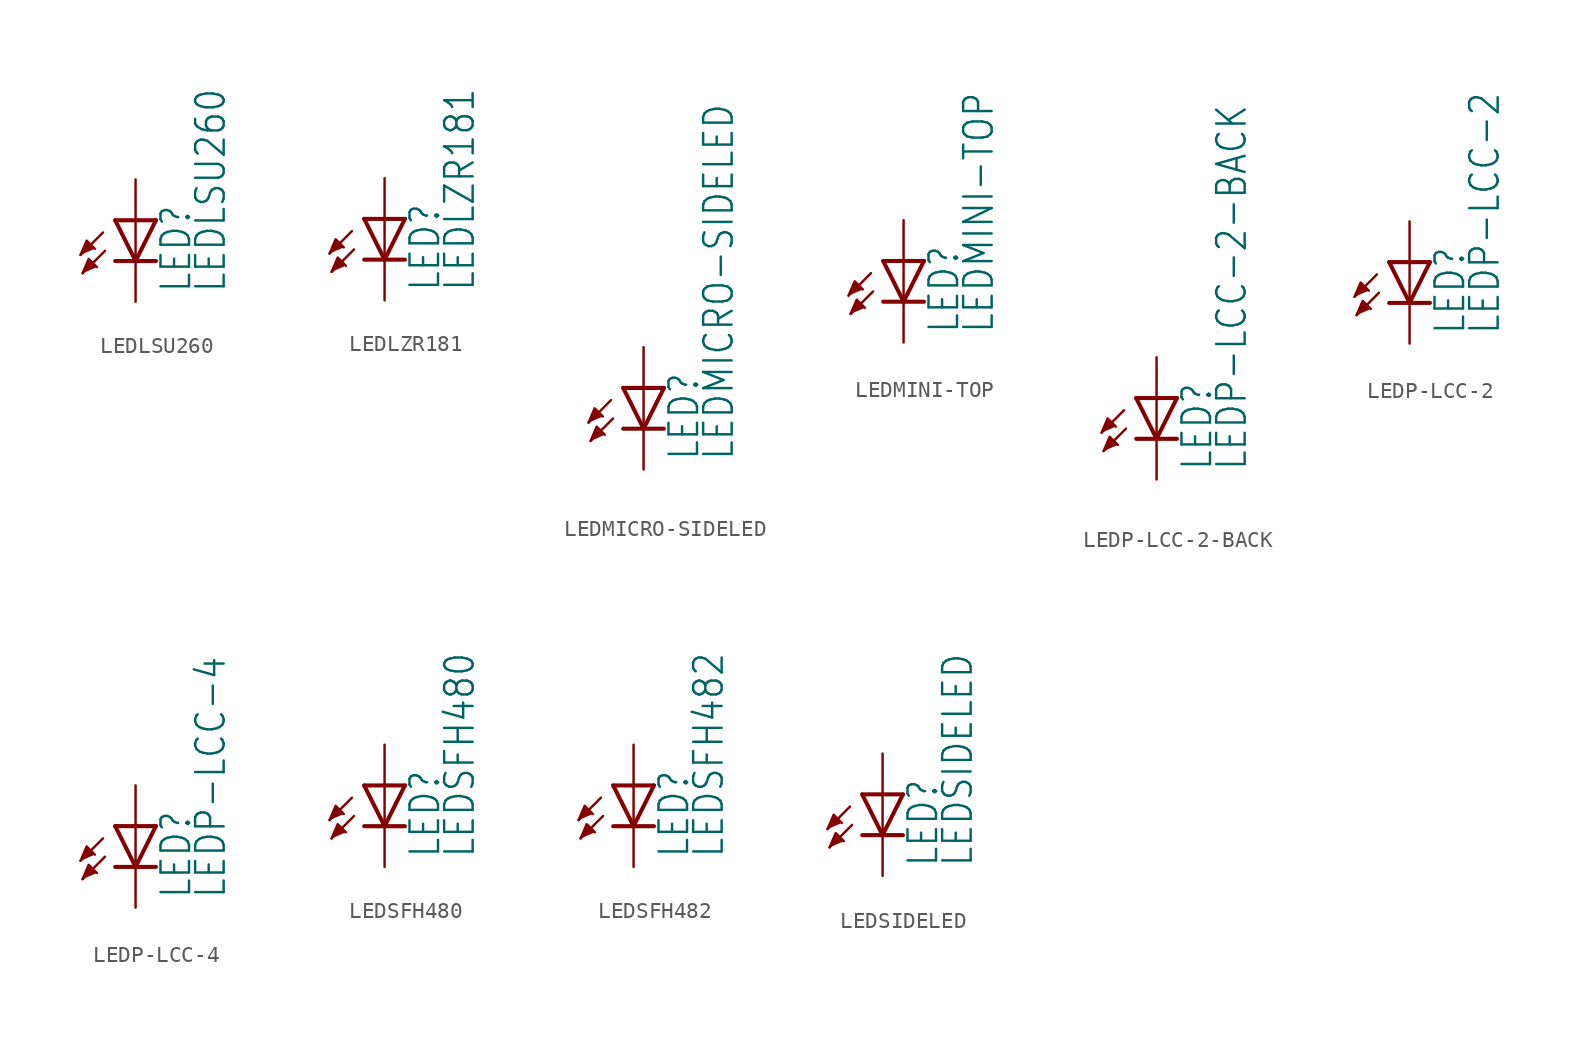
<source format=kicad_sym>
(kicad_symbol_lib
  (version 20201005)
  (generator kicad_symbol_editor)
  (symbol "LEDLSU260"
    (property "Reference" "LED"
      (at 3.556 -4.572 90)
      (effects (font (size 1.778 1.511)) (justify left bottom)))
    (property "Value" "LEDLSU260"
      (at 5.715 -4.572 90)
      (effects (font (size 1.778 1.511)) (justify left bottom)))
    (property "ki_locked" ""
      (at 0 0 0)
      (effects (font (size 1.27 1.27))))
    (symbol "LEDLSU260_1_0"
      (polyline (pts (xy 1.27 0) (xy 0 -2.54)) (stroke (width 0.254)) (fill (type none)))
      (polyline (pts (xy 0 -2.54) (xy -1.27 0)) (stroke (width 0.254)) (fill (type none)))
      (polyline (pts (xy 1.27 -2.54) (xy 0 -2.54)) (stroke (width 0.254)) (fill (type none)))
      (polyline (pts (xy 0 -2.54) (xy -1.27 -2.54)) (stroke (width 0.254)) (fill (type none)))
      (polyline (pts (xy 1.27 0) (xy 0 0)) (stroke (width 0.254)) (fill (type none)))
      (polyline (pts (xy 0 0) (xy -1.27 0)) (stroke (width 0.254)) (fill (type none)))
      (polyline (pts (xy 0 0) (xy 0 -2.54)) (stroke (width 0.152)) (fill (type none)))
      (polyline (pts (xy -2.032 -0.762) (xy -3.429 -2.159)) (stroke (width 0.152)) (fill (type none)))
      (polyline (pts (xy -1.905 -1.905) (xy -3.302 -3.302)) (stroke (width 0.152)) (fill (type none)))
      (polyline (pts (xy -3.429 -2.159) (xy -3.048 -1.27) (xy -2.54 -1.778)) (stroke (width 0)) (fill (type outline)))
      (polyline (pts (xy -3.302 -3.302) (xy -2.921 -2.413) (xy -2.413 -2.921)) (stroke (width 0)) (fill (type outline)))
      (pin passive line (at 0 -5.08 90) (length 2.54) (name "C" (effects (font (size 0 0)))) (number "K" (effects (font (size 0 0)))))
      (pin passive line (at 0 2.54 270) (length 2.54) (name "A" (effects (font (size 0 0)))) (number "A" (effects (font (size 0 0)))))))
  (symbol "LEDLZR181"
    (property "Reference" "LED"
      (at 3.556 -4.572 90)
      (effects (font (size 1.778 1.511)) (justify left bottom)))
    (property "Value" "LEDLZR181"
      (at 5.715 -4.572 90)
      (effects (font (size 1.778 1.511)) (justify left bottom)))
    (property "ki_locked" ""
      (at 0 0 0)
      (effects (font (size 1.27 1.27))))
    (symbol "LEDLZR181_1_0"
      (polyline (pts (xy 1.27 0) (xy 0 -2.54)) (stroke (width 0.254)) (fill (type none)))
      (polyline (pts (xy 0 -2.54) (xy -1.27 0)) (stroke (width 0.254)) (fill (type none)))
      (polyline (pts (xy 1.27 -2.54) (xy 0 -2.54)) (stroke (width 0.254)) (fill (type none)))
      (polyline (pts (xy 0 -2.54) (xy -1.27 -2.54)) (stroke (width 0.254)) (fill (type none)))
      (polyline (pts (xy 1.27 0) (xy 0 0)) (stroke (width 0.254)) (fill (type none)))
      (polyline (pts (xy 0 0) (xy -1.27 0)) (stroke (width 0.254)) (fill (type none)))
      (polyline (pts (xy 0 0) (xy 0 -2.54)) (stroke (width 0.152)) (fill (type none)))
      (polyline (pts (xy -2.032 -0.762) (xy -3.429 -2.159)) (stroke (width 0.152)) (fill (type none)))
      (polyline (pts (xy -1.905 -1.905) (xy -3.302 -3.302)) (stroke (width 0.152)) (fill (type none)))
      (polyline (pts (xy -3.429 -2.159) (xy -3.048 -1.27) (xy -2.54 -1.778)) (stroke (width 0)) (fill (type outline)))
      (polyline (pts (xy -3.302 -3.302) (xy -2.921 -2.413) (xy -2.413 -2.921)) (stroke (width 0)) (fill (type outline)))
      (pin passive line (at 0 -5.08 90) (length 2.54) (name "C" (effects (font (size 0 0)))) (number "K" (effects (font (size 0 0)))))
      (pin passive line (at 0 2.54 270) (length 2.54) (name "A" (effects (font (size 0 0)))) (number "A" (effects (font (size 0 0)))))))
  (symbol "LEDMICRO-SIDELED"
    (property "Reference" "LED"
      (at 3.556 -4.572 90)
      (effects (font (size 1.778 1.511)) (justify left bottom)))
    (property "Value" "LEDMICRO-SIDELED"
      (at 5.715 -4.572 90)
      (effects (font (size 1.778 1.511)) (justify left bottom)))
    (property "ki_locked" ""
      (at 0 0 0)
      (effects (font (size 1.27 1.27))))
    (symbol "LEDMICRO-SIDELED_1_0"
      (polyline (pts (xy 1.27 0) (xy 0 -2.54)) (stroke (width 0.254)) (fill (type none)))
      (polyline (pts (xy 0 -2.54) (xy -1.27 0)) (stroke (width 0.254)) (fill (type none)))
      (polyline (pts (xy 1.27 -2.54) (xy 0 -2.54)) (stroke (width 0.254)) (fill (type none)))
      (polyline (pts (xy 0 -2.54) (xy -1.27 -2.54)) (stroke (width 0.254)) (fill (type none)))
      (polyline (pts (xy 1.27 0) (xy 0 0)) (stroke (width 0.254)) (fill (type none)))
      (polyline (pts (xy 0 0) (xy -1.27 0)) (stroke (width 0.254)) (fill (type none)))
      (polyline (pts (xy 0 0) (xy 0 -2.54)) (stroke (width 0.152)) (fill (type none)))
      (polyline (pts (xy -2.032 -0.762) (xy -3.429 -2.159)) (stroke (width 0.152)) (fill (type none)))
      (polyline (pts (xy -1.905 -1.905) (xy -3.302 -3.302)) (stroke (width 0.152)) (fill (type none)))
      (polyline (pts (xy -3.429 -2.159) (xy -3.048 -1.27) (xy -2.54 -1.778)) (stroke (width 0)) (fill (type outline)))
      (polyline (pts (xy -3.302 -3.302) (xy -2.921 -2.413) (xy -2.413 -2.921)) (stroke (width 0)) (fill (type outline)))
      (pin passive line (at 0 -5.08 90) (length 2.54) (name "C" (effects (font (size 0 0)))) (number "C" (effects (font (size 0 0)))))
      (pin passive line (at 0 2.54 270) (length 2.54) (name "A" (effects (font (size 0 0)))) (number "A" (effects (font (size 0 0)))))))
  (symbol "LEDMINI-TOP"
    (property "Reference" "LED"
      (at 3.556 -4.572 90)
      (effects (font (size 1.778 1.511)) (justify left bottom)))
    (property "Value" "LEDMINI-TOP"
      (at 5.715 -4.572 90)
      (effects (font (size 1.778 1.511)) (justify left bottom)))
    (property "ki_locked" ""
      (at 0 0 0)
      (effects (font (size 1.27 1.27))))
    (symbol "LEDMINI-TOP_1_0"
      (polyline (pts (xy 1.27 0) (xy 0 -2.54)) (stroke (width 0.254)) (fill (type none)))
      (polyline (pts (xy 0 -2.54) (xy -1.27 0)) (stroke (width 0.254)) (fill (type none)))
      (polyline (pts (xy 1.27 -2.54) (xy 0 -2.54)) (stroke (width 0.254)) (fill (type none)))
      (polyline (pts (xy 0 -2.54) (xy -1.27 -2.54)) (stroke (width 0.254)) (fill (type none)))
      (polyline (pts (xy 1.27 0) (xy 0 0)) (stroke (width 0.254)) (fill (type none)))
      (polyline (pts (xy 0 0) (xy -1.27 0)) (stroke (width 0.254)) (fill (type none)))
      (polyline (pts (xy 0 0) (xy 0 -2.54)) (stroke (width 0.152)) (fill (type none)))
      (polyline (pts (xy -2.032 -0.762) (xy -3.429 -2.159)) (stroke (width 0.152)) (fill (type none)))
      (polyline (pts (xy -1.905 -1.905) (xy -3.302 -3.302)) (stroke (width 0.152)) (fill (type none)))
      (polyline (pts (xy -3.429 -2.159) (xy -3.048 -1.27) (xy -2.54 -1.778)) (stroke (width 0)) (fill (type outline)))
      (polyline (pts (xy -3.302 -3.302) (xy -2.921 -2.413) (xy -2.413 -2.921)) (stroke (width 0)) (fill (type outline)))
      (pin passive line (at 0 -5.08 90) (length 2.54) (name "C" (effects (font (size 0 0)))) (number "C" (effects (font (size 0 0)))))
      (pin passive line (at 0 2.54 270) (length 2.54) (name "A" (effects (font (size 0 0)))) (number "A" (effects (font (size 0 0)))))))
  (symbol "LEDP-LCC-2-BACK"
    (property "Reference" "LED"
      (at 3.556 -4.572 90)
      (effects (font (size 1.778 1.511)) (justify left bottom)))
    (property "Value" "LEDP-LCC-2-BACK"
      (at 5.715 -4.572 90)
      (effects (font (size 1.778 1.511)) (justify left bottom)))
    (property "ki_locked" ""
      (at 0 0 0)
      (effects (font (size 1.27 1.27))))
    (symbol "LEDP-LCC-2-BACK_1_0"
      (polyline (pts (xy 1.27 0) (xy 0 -2.54)) (stroke (width 0.254)) (fill (type none)))
      (polyline (pts (xy 0 -2.54) (xy -1.27 0)) (stroke (width 0.254)) (fill (type none)))
      (polyline (pts (xy 1.27 -2.54) (xy 0 -2.54)) (stroke (width 0.254)) (fill (type none)))
      (polyline (pts (xy 0 -2.54) (xy -1.27 -2.54)) (stroke (width 0.254)) (fill (type none)))
      (polyline (pts (xy 1.27 0) (xy 0 0)) (stroke (width 0.254)) (fill (type none)))
      (polyline (pts (xy 0 0) (xy -1.27 0)) (stroke (width 0.254)) (fill (type none)))
      (polyline (pts (xy 0 0) (xy 0 -2.54)) (stroke (width 0.152)) (fill (type none)))
      (polyline (pts (xy -2.032 -0.762) (xy -3.429 -2.159)) (stroke (width 0.152)) (fill (type none)))
      (polyline (pts (xy -1.905 -1.905) (xy -3.302 -3.302)) (stroke (width 0.152)) (fill (type none)))
      (polyline (pts (xy -3.429 -2.159) (xy -3.048 -1.27) (xy -2.54 -1.778)) (stroke (width 0)) (fill (type outline)))
      (polyline (pts (xy -3.302 -3.302) (xy -2.921 -2.413) (xy -2.413 -2.921)) (stroke (width 0)) (fill (type outline)))
      (pin passive line (at 0 -5.08 90) (length 2.54) (name "C" (effects (font (size 0 0)))) (number "C" (effects (font (size 0 0)))))
      (pin passive line (at 0 2.54 270) (length 2.54) (name "A" (effects (font (size 0 0)))) (number "A" (effects (font (size 0 0)))))))
  (symbol "LEDP-LCC-2"
    (property "Reference" "LED"
      (at 3.556 -4.572 90)
      (effects (font (size 1.778 1.511)) (justify left bottom)))
    (property "Value" "LEDP-LCC-2"
      (at 5.715 -4.572 90)
      (effects (font (size 1.778 1.511)) (justify left bottom)))
    (property "ki_locked" ""
      (at 0 0 0)
      (effects (font (size 1.27 1.27))))
    (symbol "LEDP-LCC-2_1_0"
      (polyline (pts (xy 1.27 0) (xy 0 -2.54)) (stroke (width 0.254)) (fill (type none)))
      (polyline (pts (xy 0 -2.54) (xy -1.27 0)) (stroke (width 0.254)) (fill (type none)))
      (polyline (pts (xy 1.27 -2.54) (xy 0 -2.54)) (stroke (width 0.254)) (fill (type none)))
      (polyline (pts (xy 0 -2.54) (xy -1.27 -2.54)) (stroke (width 0.254)) (fill (type none)))
      (polyline (pts (xy 1.27 0) (xy 0 0)) (stroke (width 0.254)) (fill (type none)))
      (polyline (pts (xy 0 0) (xy -1.27 0)) (stroke (width 0.254)) (fill (type none)))
      (polyline (pts (xy 0 0) (xy 0 -2.54)) (stroke (width 0.152)) (fill (type none)))
      (polyline (pts (xy -2.032 -0.762) (xy -3.429 -2.159)) (stroke (width 0.152)) (fill (type none)))
      (polyline (pts (xy -1.905 -1.905) (xy -3.302 -3.302)) (stroke (width 0.152)) (fill (type none)))
      (polyline (pts (xy -3.429 -2.159) (xy -3.048 -1.27) (xy -2.54 -1.778)) (stroke (width 0)) (fill (type outline)))
      (polyline (pts (xy -3.302 -3.302) (xy -2.921 -2.413) (xy -2.413 -2.921)) (stroke (width 0)) (fill (type outline)))
      (pin passive line (at 0 -5.08 90) (length 2.54) (name "C" (effects (font (size 0 0)))) (number "C" (effects (font (size 0 0)))))
      (pin passive line (at 0 2.54 270) (length 2.54) (name "A" (effects (font (size 0 0)))) (number "A" (effects (font (size 0 0)))))))
  (symbol "LEDP-LCC-4"
    (property "Reference" "LED"
      (at 3.556 -4.572 90)
      (effects (font (size 1.778 1.511)) (justify left bottom)))
    (property "Value" "LEDP-LCC-4"
      (at 5.715 -4.572 90)
      (effects (font (size 1.778 1.511)) (justify left bottom)))
    (property "ki_locked" ""
      (at 0 0 0)
      (effects (font (size 1.27 1.27))))
    (symbol "LEDP-LCC-4_1_0"
      (polyline (pts (xy 1.27 0) (xy 0 -2.54)) (stroke (width 0.254)) (fill (type none)))
      (polyline (pts (xy 0 -2.54) (xy -1.27 0)) (stroke (width 0.254)) (fill (type none)))
      (polyline (pts (xy 1.27 -2.54) (xy 0 -2.54)) (stroke (width 0.254)) (fill (type none)))
      (polyline (pts (xy 0 -2.54) (xy -1.27 -2.54)) (stroke (width 0.254)) (fill (type none)))
      (polyline (pts (xy 1.27 0) (xy 0 0)) (stroke (width 0.254)) (fill (type none)))
      (polyline (pts (xy 0 0) (xy -1.27 0)) (stroke (width 0.254)) (fill (type none)))
      (polyline (pts (xy 0 0) (xy 0 -2.54)) (stroke (width 0.152)) (fill (type none)))
      (polyline (pts (xy -2.032 -0.762) (xy -3.429 -2.159)) (stroke (width 0.152)) (fill (type none)))
      (polyline (pts (xy -1.905 -1.905) (xy -3.302 -3.302)) (stroke (width 0.152)) (fill (type none)))
      (polyline (pts (xy -3.429 -2.159) (xy -3.048 -1.27) (xy -2.54 -1.778)) (stroke (width 0)) (fill (type outline)))
      (polyline (pts (xy -3.302 -3.302) (xy -2.921 -2.413) (xy -2.413 -2.921)) (stroke (width 0)) (fill (type outline)))
      (pin passive line (at 0 -5.08 90) (length 2.54) (name "C" (effects (font (size 0 0)))) (number "C@4" (effects (font (size 0 0)))))
      (pin passive line (at 0 2.54 270) (length 2.54) (name "A" (effects (font (size 0 0)))) (number "A" (effects (font (size 0 0)))))))
  (symbol "LEDSFH480"
    (property "Reference" "LED"
      (at 3.556 -4.572 90)
      (effects (font (size 1.778 1.511)) (justify left bottom)))
    (property "Value" "LEDSFH480"
      (at 5.715 -4.572 90)
      (effects (font (size 1.778 1.511)) (justify left bottom)))
    (property "ki_locked" ""
      (at 0 0 0)
      (effects (font (size 1.27 1.27))))
    (symbol "LEDSFH480_1_0"
      (polyline (pts (xy 1.27 0) (xy 0 -2.54)) (stroke (width 0.254)) (fill (type none)))
      (polyline (pts (xy 0 -2.54) (xy -1.27 0)) (stroke (width 0.254)) (fill (type none)))
      (polyline (pts (xy 1.27 -2.54) (xy 0 -2.54)) (stroke (width 0.254)) (fill (type none)))
      (polyline (pts (xy 0 -2.54) (xy -1.27 -2.54)) (stroke (width 0.254)) (fill (type none)))
      (polyline (pts (xy 1.27 0) (xy 0 0)) (stroke (width 0.254)) (fill (type none)))
      (polyline (pts (xy 0 0) (xy -1.27 0)) (stroke (width 0.254)) (fill (type none)))
      (polyline (pts (xy 0 0) (xy 0 -2.54)) (stroke (width 0.152)) (fill (type none)))
      (polyline (pts (xy -2.032 -0.762) (xy -3.429 -2.159)) (stroke (width 0.152)) (fill (type none)))
      (polyline (pts (xy -1.905 -1.905) (xy -3.302 -3.302)) (stroke (width 0.152)) (fill (type none)))
      (polyline (pts (xy -3.429 -2.159) (xy -3.048 -1.27) (xy -2.54 -1.778)) (stroke (width 0)) (fill (type outline)))
      (polyline (pts (xy -3.302 -3.302) (xy -2.921 -2.413) (xy -2.413 -2.921)) (stroke (width 0)) (fill (type outline)))
      (pin passive line (at 0 -5.08 90) (length 2.54) (name "C" (effects (font (size 0 0)))) (number "K" (effects (font (size 0 0)))))
      (pin passive line (at 0 2.54 270) (length 2.54) (name "A" (effects (font (size 0 0)))) (number "A" (effects (font (size 0 0)))))))
  (symbol "LEDSFH482"
    (property "Reference" "LED"
      (at 3.556 -4.572 90)
      (effects (font (size 1.778 1.511)) (justify left bottom)))
    (property "Value" "LEDSFH482"
      (at 5.715 -4.572 90)
      (effects (font (size 1.778 1.511)) (justify left bottom)))
    (property "ki_locked" ""
      (at 0 0 0)
      (effects (font (size 1.27 1.27))))
    (symbol "LEDSFH482_1_0"
      (polyline (pts (xy 1.27 0) (xy 0 -2.54)) (stroke (width 0.254)) (fill (type none)))
      (polyline (pts (xy 0 -2.54) (xy -1.27 0)) (stroke (width 0.254)) (fill (type none)))
      (polyline (pts (xy 1.27 -2.54) (xy 0 -2.54)) (stroke (width 0.254)) (fill (type none)))
      (polyline (pts (xy 0 -2.54) (xy -1.27 -2.54)) (stroke (width 0.254)) (fill (type none)))
      (polyline (pts (xy 1.27 0) (xy 0 0)) (stroke (width 0.254)) (fill (type none)))
      (polyline (pts (xy 0 0) (xy -1.27 0)) (stroke (width 0.254)) (fill (type none)))
      (polyline (pts (xy 0 0) (xy 0 -2.54)) (stroke (width 0.152)) (fill (type none)))
      (polyline (pts (xy -2.032 -0.762) (xy -3.429 -2.159)) (stroke (width 0.152)) (fill (type none)))
      (polyline (pts (xy -1.905 -1.905) (xy -3.302 -3.302)) (stroke (width 0.152)) (fill (type none)))
      (polyline (pts (xy -3.429 -2.159) (xy -3.048 -1.27) (xy -2.54 -1.778)) (stroke (width 0)) (fill (type outline)))
      (polyline (pts (xy -3.302 -3.302) (xy -2.921 -2.413) (xy -2.413 -2.921)) (stroke (width 0)) (fill (type outline)))
      (pin passive line (at 0 -5.08 90) (length 2.54) (name "C" (effects (font (size 0 0)))) (number "K" (effects (font (size 0 0)))))
      (pin passive line (at 0 2.54 270) (length 2.54) (name "A" (effects (font (size 0 0)))) (number "A" (effects (font (size 0 0)))))))
  (symbol "LEDSIDELED"
    (property "Reference" "LED"
      (at 3.556 -4.572 90)
      (effects (font (size 1.778 1.511)) (justify left bottom)))
    (property "Value" "LEDSIDELED"
      (at 5.715 -4.572 90)
      (effects (font (size 1.778 1.511)) (justify left bottom)))
    (property "ki_locked" ""
      (at 0 0 0)
      (effects (font (size 1.27 1.27))))
    (symbol "LEDSIDELED_1_0"
      (polyline (pts (xy 1.27 0) (xy 0 -2.54)) (stroke (width 0.254)) (fill (type none)))
      (polyline (pts (xy 0 -2.54) (xy -1.27 0)) (stroke (width 0.254)) (fill (type none)))
      (polyline (pts (xy 1.27 -2.54) (xy 0 -2.54)) (stroke (width 0.254)) (fill (type none)))
      (polyline (pts (xy 0 -2.54) (xy -1.27 -2.54)) (stroke (width 0.254)) (fill (type none)))
      (polyline (pts (xy 1.27 0) (xy 0 0)) (stroke (width 0.254)) (fill (type none)))
      (polyline (pts (xy 0 0) (xy -1.27 0)) (stroke (width 0.254)) (fill (type none)))
      (polyline (pts (xy 0 0) (xy 0 -2.54)) (stroke (width 0.152)) (fill (type none)))
      (polyline (pts (xy -2.032 -0.762) (xy -3.429 -2.159)) (stroke (width 0.152)) (fill (type none)))
      (polyline (pts (xy -1.905 -1.905) (xy -3.302 -3.302)) (stroke (width 0.152)) (fill (type none)))
      (polyline (pts (xy -3.429 -2.159) (xy -3.048 -1.27) (xy -2.54 -1.778)) (stroke (width 0)) (fill (type outline)))
      (polyline (pts (xy -3.302 -3.302) (xy -2.921 -2.413) (xy -2.413 -2.921)) (stroke (width 0)) (fill (type outline)))
      (pin passive line (at 0 -5.08 90) (length 2.54) (name "C" (effects (font (size 0 0)))) (number "C" (effects (font (size 0 0)))))
      (pin passive line (at 0 2.54 270) (length 2.54) (name "A" (effects (font (size 0 0)))) (number "A" (effects (font (size 0 0))))))))
</source>
